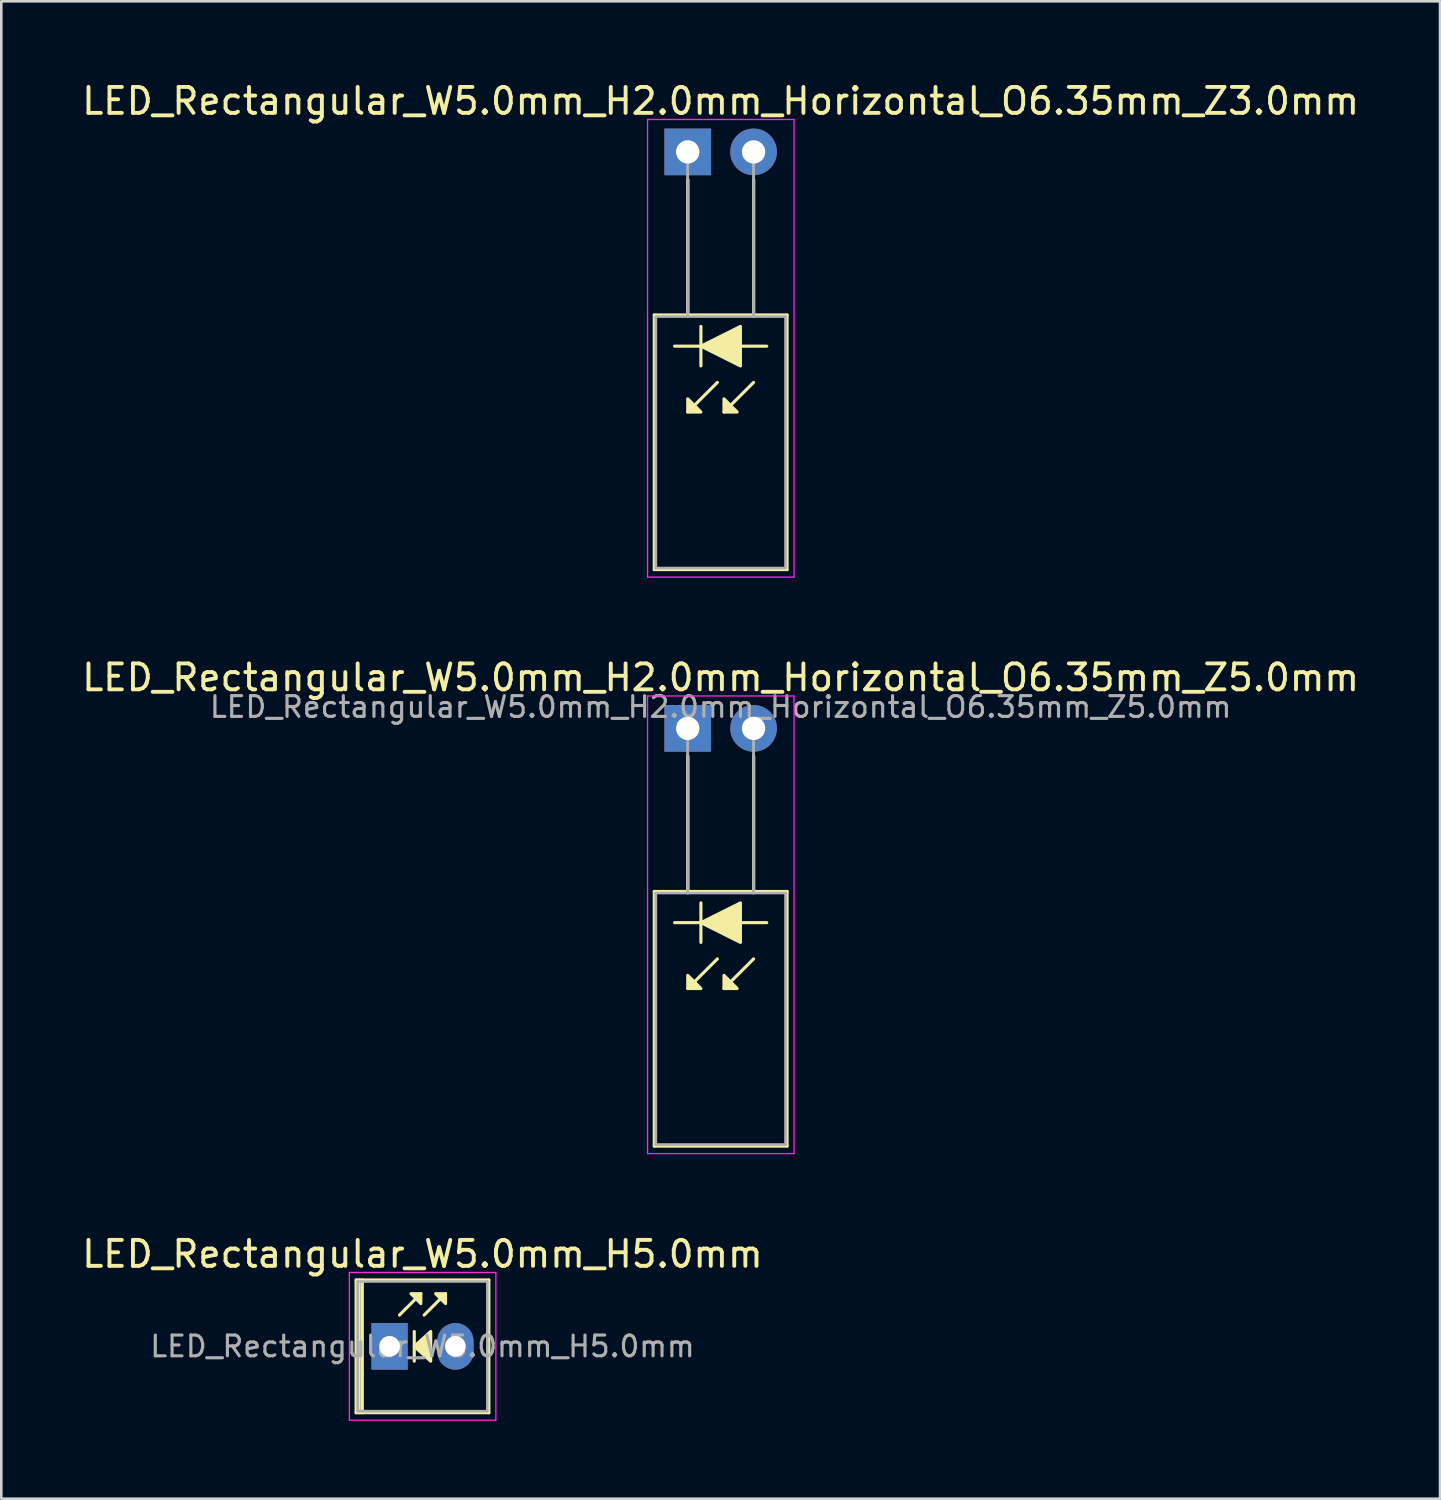
<source format=kicad_pcb>
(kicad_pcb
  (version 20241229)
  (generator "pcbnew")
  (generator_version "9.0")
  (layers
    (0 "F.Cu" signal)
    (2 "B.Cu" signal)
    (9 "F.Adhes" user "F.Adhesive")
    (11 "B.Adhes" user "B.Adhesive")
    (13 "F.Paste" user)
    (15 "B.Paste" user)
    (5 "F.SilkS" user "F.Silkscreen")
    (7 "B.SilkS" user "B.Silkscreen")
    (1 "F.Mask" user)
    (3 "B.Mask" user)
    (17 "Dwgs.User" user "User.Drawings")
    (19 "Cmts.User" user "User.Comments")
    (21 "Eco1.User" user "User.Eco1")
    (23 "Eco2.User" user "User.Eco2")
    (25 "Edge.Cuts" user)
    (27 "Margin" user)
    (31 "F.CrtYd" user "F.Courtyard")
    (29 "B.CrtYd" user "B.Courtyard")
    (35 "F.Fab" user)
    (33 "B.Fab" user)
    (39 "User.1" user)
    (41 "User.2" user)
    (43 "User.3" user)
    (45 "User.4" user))
  (footprint "LED_Rectangular_W5.0mm_H5.0mm"
    (layer "F.Cu")
    (at 11.974 48.875)
    (property "Reference" "LED_Rectangular_W5.0mm_H5.0mm" (at 1.27 -3.56 0) (layer "F.SilkS") (effects (font (size 1 1) (thickness 0.15))))
    (fp_line (start -1.29 -2.56) (end -1.29 2.56) (stroke (width 0.12) (type solid)) (layer "F.SilkS"))
    (fp_line (start -1.29 -2.56) (end 3.83 -2.56) (stroke (width 0.12) (type solid)) (layer "F.SilkS"))
    (fp_line (start -1.29 2.56) (end 3.83 2.56) (stroke (width 0.12) (type solid)) (layer "F.SilkS"))
    (fp_line (start -1.17 -2.56) (end -1.17 2.56) (stroke (width 0.12) (type solid)) (layer "F.SilkS"))
    (fp_line (start -1.051 -2.56) (end -1.051 1.08) (stroke (width 0.12) (type solid)) (layer "F.SilkS"))
    (fp_line (start -1.051 1.08) (end -1.051 2.56) (stroke (width 0.12) (type solid)) (layer "F.SilkS"))
    (fp_line (start 0.381 -1.206) (end 1.206 -2.032) (stroke (width 0.12) (type solid)) (layer "F.SilkS"))
    (fp_line (start 0.953 -0.572) (end 0.953 0.572) (stroke (width 0.12) (type solid)) (layer "F.SilkS"))
    (fp_line (start 1.333 -1.206) (end 2.159 -2.032) (stroke (width 0.12) (type solid)) (layer "F.SilkS"))
    (fp_line (start 3.83 -2.56) (end 3.83 2.56) (stroke (width 0.12) (type solid)) (layer "F.SilkS"))
    (fp_poly (pts (xy 1.206 -1.651) (xy 0.826 -2.032) (xy 1.206 -2.032)) (stroke (width 0.12) (type solid)) (fill yes) (layer "F.SilkS"))
    (fp_poly (pts (xy 1.587 0.572) (xy 0.953 0) (xy 1.587 -0.572)) (stroke (width 0.12) (type solid)) (fill yes) (layer "F.SilkS"))
    (fp_poly (pts (xy 2.159 -1.651) (xy 1.778 -2.032) (xy 2.159 -2.032)) (stroke (width 0.12) (type solid)) (fill yes) (layer "F.SilkS"))
    (fp_line (start -1.55 -2.85) (end -1.55 2.85) (stroke (width 0.05) (type solid)) (layer "F.CrtYd"))
    (fp_line (start -1.55 2.85) (end 4.1 2.85) (stroke (width 0.05) (type solid)) (layer "F.CrtYd"))
    (fp_line (start 4.1 -2.85) (end -1.55 -2.85) (stroke (width 0.05) (type solid)) (layer "F.CrtYd"))
    (fp_line (start 4.1 2.85) (end 4.1 -2.85) (stroke (width 0.05) (type solid)) (layer "F.CrtYd"))
    (fp_line (start -1.23 -2.5) (end -1.23 2.5) (stroke (width 0.1) (type solid)) (layer "F.Fab"))
    (fp_line (start -1.23 2.5) (end 3.77 2.5) (stroke (width 0.1) (type solid)) (layer "F.Fab"))
    (fp_line (start 3.77 -2.5) (end -1.23 -2.5) (stroke (width 0.1) (type solid)) (layer "F.Fab"))
    (fp_line (start 3.77 2.5) (end 3.77 -2.5) (stroke (width 0.1) (type solid)) (layer "F.Fab"))
    (fp_text user "${REFERENCE}" (at 1.27 0 0) (layer "F.Fab") (effects (font (size 0.8 0.8) (thickness 0.12))))
    (pad "1" thru_hole rect (at 0 0) (size 1.4 1.8) (drill 0.8) (layers "*.Cu" "*.Mask"))
    (pad "2" thru_hole oval (at 2.54 0) (size 1.4 1.8) (drill 0.8) (layers "*.Cu" "*.Mask")))
  (footprint "LED_Rectangular_W5.0mm_H2.0mm_Horizontal_O6.35mm_Z5.0mm"
    (layer "F.Cu")
    (at 23.474 25.041)
    (property "Reference" "LED_Rectangular_W5.0mm_H2.0mm_Horizontal_O6.35mm_Z5.0mm" (at 1.27 -1.96 0) (layer "F.SilkS") (effects (font (size 1 1) (thickness 0.15))))
    (fp_line (start -1.29 6.29) (end -1.29 16.11) (stroke (width 0.12) (type solid)) (layer "F.SilkS"))
    (fp_line (start -1.29 16.11) (end 3.83 16.11) (stroke (width 0.12) (type solid)) (layer "F.SilkS"))
    (fp_line (start 0 1.08) (end 0 1.08) (stroke (width 0.12) (type solid)) (layer "F.SilkS"))
    (fp_line (start 0 1.08) (end 0 6.29) (stroke (width 0.12) (type solid)) (layer "F.SilkS"))
    (fp_line (start 0 6.29) (end 0 1.08) (stroke (width 0.12) (type solid)) (layer "F.SilkS"))
    (fp_line (start 0 6.29) (end 0 6.29) (stroke (width 0.12) (type solid)) (layer "F.SilkS"))
    (fp_line (start 0.508 6.731) (end 0.508 8.255) (stroke (width 0.12) (type solid)) (layer "F.SilkS"))
    (fp_line (start 0.508 7.493) (end -0.508 7.493) (stroke (width 0.12) (type solid)) (layer "F.SilkS"))
    (fp_line (start 1.143 8.89) (end 0 10.033) (stroke (width 0.12) (type solid)) (layer "F.SilkS"))
    (fp_line (start 2.54 1.08) (end 2.54 1.08) (stroke (width 0.12) (type solid)) (layer "F.SilkS"))
    (fp_line (start 2.54 1.08) (end 2.54 6.29) (stroke (width 0.12) (type solid)) (layer "F.SilkS"))
    (fp_line (start 2.54 6.29) (end 2.54 1.08) (stroke (width 0.12) (type solid)) (layer "F.SilkS"))
    (fp_line (start 2.54 6.29) (end 2.54 6.29) (stroke (width 0.12) (type solid)) (layer "F.SilkS"))
    (fp_line (start 2.54 8.89) (end 1.397 10.033) (stroke (width 0.12) (type solid)) (layer "F.SilkS"))
    (fp_line (start 3.048 7.493) (end 2.032 7.493) (stroke (width 0.12) (type solid)) (layer "F.SilkS"))
    (fp_line (start 3.83 6.29) (end -1.29 6.29) (stroke (width 0.12) (type solid)) (layer "F.SilkS"))
    (fp_line (start 3.83 16.11) (end 3.83 6.29) (stroke (width 0.12) (type solid)) (layer "F.SilkS"))
    (fp_poly (pts (xy 0 9.525) (xy 0.508 10.033) (xy 0 10.033)) (stroke (width 0.12) (type solid)) (fill yes) (layer "F.SilkS"))
    (fp_poly (pts (xy 1.397 9.525) (xy 1.905 10.033) (xy 1.397 10.033)) (stroke (width 0.12) (type solid)) (fill yes) (layer "F.SilkS"))
    (fp_poly (pts (xy 2.032 8.255) (xy 0.508 7.493) (xy 2.032 6.731)) (stroke (width 0.12) (type solid)) (fill yes) (layer "F.SilkS"))
    (fp_line (start -1.55 -1.25) (end -1.55 16.4) (stroke (width 0.05) (type solid)) (layer "F.CrtYd"))
    (fp_line (start -1.55 16.4) (end 4.1 16.4) (stroke (width 0.05) (type solid)) (layer "F.CrtYd"))
    (fp_line (start 4.1 -1.25) (end -1.55 -1.25) (stroke (width 0.05) (type solid)) (layer "F.CrtYd"))
    (fp_line (start 4.1 16.4) (end 4.1 -1.25) (stroke (width 0.05) (type solid)) (layer "F.CrtYd"))
    (fp_line (start -1.23 6.35) (end -1.23 16.05) (stroke (width 0.1) (type solid)) (layer "F.Fab"))
    (fp_line (start -1.23 16.05) (end 3.77 16.05) (stroke (width 0.1) (type solid)) (layer "F.Fab"))
    (fp_line (start 0 0) (end 0 0) (stroke (width 0.1) (type solid)) (layer "F.Fab"))
    (fp_line (start 0 0) (end 0 6.35) (stroke (width 0.1) (type solid)) (layer "F.Fab"))
    (fp_line (start 0 6.35) (end 0 0) (stroke (width 0.1) (type solid)) (layer "F.Fab"))
    (fp_line (start 0 6.35) (end 0 6.35) (stroke (width 0.1) (type solid)) (layer "F.Fab"))
    (fp_line (start 2.54 0) (end 2.54 0) (stroke (width 0.1) (type solid)) (layer "F.Fab"))
    (fp_line (start 2.54 0) (end 2.54 6.35) (stroke (width 0.1) (type solid)) (layer "F.Fab"))
    (fp_line (start 2.54 6.35) (end 2.54 0) (stroke (width 0.1) (type solid)) (layer "F.Fab"))
    (fp_line (start 2.54 6.35) (end 2.54 6.35) (stroke (width 0.1) (type solid)) (layer "F.Fab"))
    (fp_line (start 3.77 6.35) (end -1.23 6.35) (stroke (width 0.1) (type solid)) (layer "F.Fab"))
    (fp_line (start 3.77 16.05) (end 3.77 6.35) (stroke (width 0.1) (type solid)) (layer "F.Fab"))
    (fp_text user "${REFERENCE}" (at 1.27 -0.826 0) (layer "F.Fab") (effects (font (size 0.8 0.8) (thickness 0.12))))
    (pad "1" thru_hole rect (at 0 0) (size 1.8 1.8) (drill 0.9) (layers "*.Cu" "*.Mask"))
    (pad "2" thru_hole circle (at 2.54 0) (size 1.8 1.8) (drill 0.9) (layers "*.Cu" "*.Mask")))
  (footprint "LED_Rectangular_W5.0mm_H2.0mm_Horizontal_O6.35mm_Z3.0mm"
    (layer "F.Cu")
    (at 23.474 2.808)
    (property "Reference" "LED_Rectangular_W5.0mm_H2.0mm_Horizontal_O6.35mm_Z3.0mm" (at 1.27 -1.96 0) (layer "F.SilkS") (effects (font (size 1 1) (thickness 0.15))))
    (fp_line (start -1.29 6.29) (end -1.29 16.11) (stroke (width 0.12) (type solid)) (layer "F.SilkS"))
    (fp_line (start -1.29 16.11) (end 3.83 16.11) (stroke (width 0.12) (type solid)) (layer "F.SilkS"))
    (fp_line (start 0 1.08) (end 0 1.08) (stroke (width 0.12) (type solid)) (layer "F.SilkS"))
    (fp_line (start 0 1.08) (end 0 6.29) (stroke (width 0.12) (type solid)) (layer "F.SilkS"))
    (fp_line (start 0 6.29) (end 0 1.08) (stroke (width 0.12) (type solid)) (layer "F.SilkS"))
    (fp_line (start 0 6.29) (end 0 6.29) (stroke (width 0.12) (type solid)) (layer "F.SilkS"))
    (fp_line (start 0.508 6.731) (end 0.508 8.255) (stroke (width 0.12) (type solid)) (layer "F.SilkS"))
    (fp_line (start 0.508 7.493) (end -0.508 7.493) (stroke (width 0.12) (type solid)) (layer "F.SilkS"))
    (fp_line (start 1.143 8.89) (end 0 10.033) (stroke (width 0.12) (type solid)) (layer "F.SilkS"))
    (fp_line (start 2.54 1.08) (end 2.54 1.08) (stroke (width 0.12) (type solid)) (layer "F.SilkS"))
    (fp_line (start 2.54 1.08) (end 2.54 6.29) (stroke (width 0.12) (type solid)) (layer "F.SilkS"))
    (fp_line (start 2.54 6.29) (end 2.54 1.08) (stroke (width 0.12) (type solid)) (layer "F.SilkS"))
    (fp_line (start 2.54 6.29) (end 2.54 6.29) (stroke (width 0.12) (type solid)) (layer "F.SilkS"))
    (fp_line (start 2.54 8.89) (end 1.397 10.033) (stroke (width 0.12) (type solid)) (layer "F.SilkS"))
    (fp_line (start 3.048 7.493) (end 2.032 7.493) (stroke (width 0.12) (type solid)) (layer "F.SilkS"))
    (fp_line (start 3.83 6.29) (end -1.29 6.29) (stroke (width 0.12) (type solid)) (layer "F.SilkS"))
    (fp_line (start 3.83 16.11) (end 3.83 6.29) (stroke (width 0.12) (type solid)) (layer "F.SilkS"))
    (fp_poly (pts (xy 0 9.525) (xy 0.508 10.033) (xy 0 10.033)) (stroke (width 0.12) (type solid)) (fill yes) (layer "F.SilkS"))
    (fp_poly (pts (xy 1.397 9.525) (xy 1.905 10.033) (xy 1.397 10.033)) (stroke (width 0.12) (type solid)) (fill yes) (layer "F.SilkS"))
    (fp_poly (pts (xy 2.032 8.255) (xy 0.508 7.493) (xy 2.032 6.731)) (stroke (width 0.12) (type solid)) (fill yes) (layer "F.SilkS"))
    (fp_line (start -1.55 -1.25) (end -1.55 16.4) (stroke (width 0.05) (type solid)) (layer "F.CrtYd"))
    (fp_line (start -1.55 16.4) (end 4.1 16.4) (stroke (width 0.05) (type solid)) (layer "F.CrtYd"))
    (fp_line (start 4.1 -1.25) (end -1.55 -1.25) (stroke (width 0.05) (type solid)) (layer "F.CrtYd"))
    (fp_line (start 4.1 16.4) (end 4.1 -1.25) (stroke (width 0.05) (type solid)) (layer "F.CrtYd"))
    (fp_line (start -1.23 6.35) (end -1.23 16.05) (stroke (width 0.1) (type solid)) (layer "F.Fab"))
    (fp_line (start -1.23 16.05) (end 3.77 16.05) (stroke (width 0.1) (type solid)) (layer "F.Fab"))
    (fp_line (start 0 0) (end 0 0) (stroke (width 0.1) (type solid)) (layer "F.Fab"))
    (fp_line (start 0 0) (end 0 6.35) (stroke (width 0.1) (type solid)) (layer "F.Fab"))
    (fp_line (start 0 6.35) (end 0 0) (stroke (width 0.1) (type solid)) (layer "F.Fab"))
    (fp_line (start 0 6.35) (end 0 6.35) (stroke (width 0.1) (type solid)) (layer "F.Fab"))
    (fp_line (start 2.54 0) (end 2.54 0) (stroke (width 0.1) (type solid)) (layer "F.Fab"))
    (fp_line (start 2.54 0) (end 2.54 6.35) (stroke (width 0.1) (type solid)) (layer "F.Fab"))
    (fp_line (start 2.54 6.35) (end 2.54 0) (stroke (width 0.1) (type solid)) (layer "F.Fab"))
    (fp_line (start 2.54 6.35) (end 2.54 6.35) (stroke (width 0.1) (type solid)) (layer "F.Fab"))
    (fp_line (start 3.77 6.35) (end -1.23 6.35) (stroke (width 0.1) (type solid)) (layer "F.Fab"))
    (fp_line (start 3.77 16.05) (end 3.77 6.35) (stroke (width 0.1) (type solid)) (layer "F.Fab"))
    (pad "1" thru_hole rect (at 0 0) (size 1.8 1.8) (drill 0.9) (layers "*.Cu" "*.Mask"))
    (pad "2" thru_hole circle (at 2.54 0) (size 1.8 1.8) (drill 0.9) (layers "*.Cu" "*.Mask")))
  (gr_rect
    (start -3 -3)
    (end 52.488 54.75)
    (stroke (width 0.1) (type default))
    (fill no)
    (layer "Edge.Cuts")))
</source>
